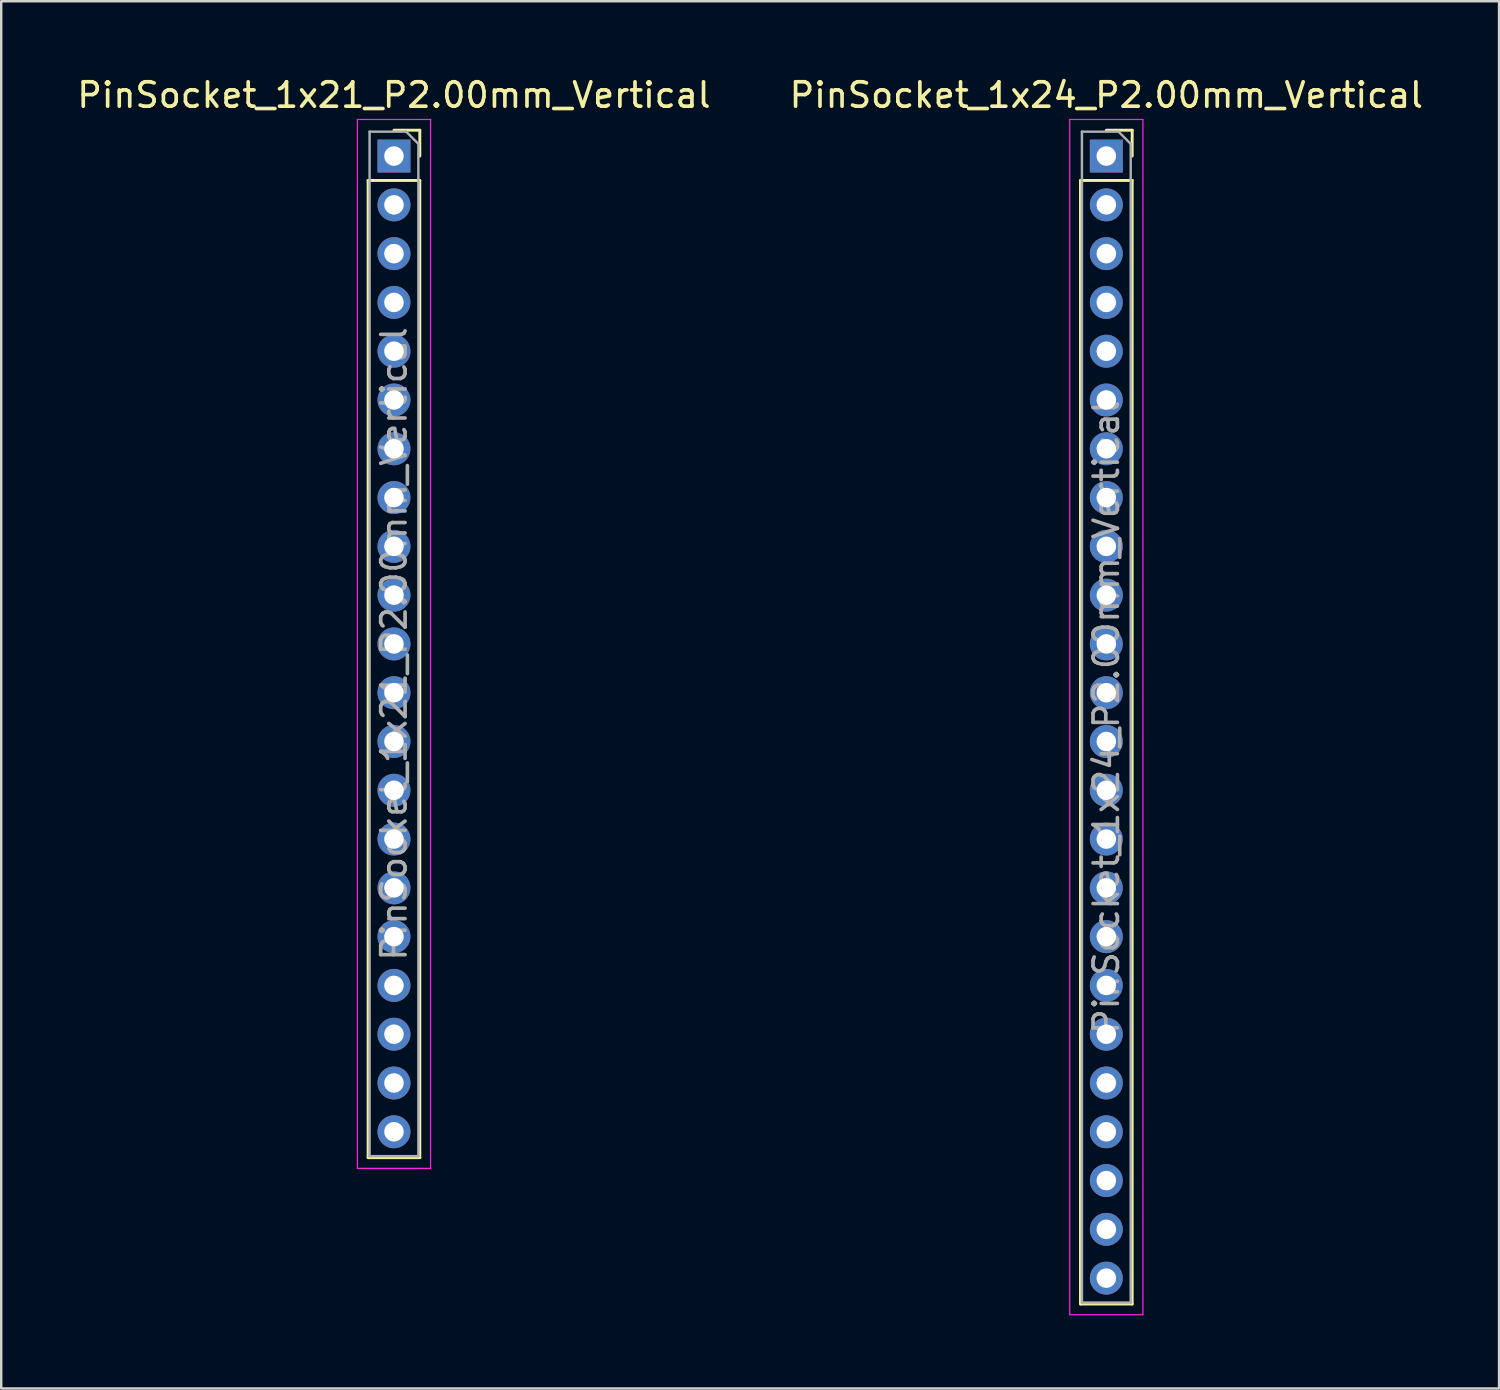
<source format=kicad_pcb>
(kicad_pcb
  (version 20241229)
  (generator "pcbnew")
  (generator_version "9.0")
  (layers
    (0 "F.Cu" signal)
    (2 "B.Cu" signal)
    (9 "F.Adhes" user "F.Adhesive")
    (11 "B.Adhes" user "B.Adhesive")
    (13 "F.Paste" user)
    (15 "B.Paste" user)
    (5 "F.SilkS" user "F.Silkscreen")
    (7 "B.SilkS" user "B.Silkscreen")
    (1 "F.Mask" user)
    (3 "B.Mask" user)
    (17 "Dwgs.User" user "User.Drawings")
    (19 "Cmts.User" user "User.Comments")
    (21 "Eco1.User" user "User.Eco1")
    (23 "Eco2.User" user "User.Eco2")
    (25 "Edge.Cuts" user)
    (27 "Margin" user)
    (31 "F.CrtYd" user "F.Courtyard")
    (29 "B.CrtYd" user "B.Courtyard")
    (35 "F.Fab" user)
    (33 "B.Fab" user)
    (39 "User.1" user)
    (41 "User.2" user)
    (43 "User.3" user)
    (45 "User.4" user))
  (footprint "PinSocket_1x21_P2.00mm_Vertical"
    (layer "F.Cu")
    (at 13.101 3.348)
    (property "Reference" "PinSocket_1x21_P2.00mm_Vertical" (at 0 -2.5 0) (layer "F.SilkS") (effects (font (size 1 1) (thickness 0.15))))
    (attr through_hole)
    (fp_line (start -1.06 1) (end -1.06 41.06) (stroke (width 0.12) (type solid)) (layer "F.SilkS"))
    (fp_line (start -1.06 1) (end 1.06 1) (stroke (width 0.12) (type solid)) (layer "F.SilkS"))
    (fp_line (start -1.06 41.06) (end 1.06 41.06) (stroke (width 0.12) (type solid)) (layer "F.SilkS"))
    (fp_line (start 0 -1.06) (end 1.06 -1.06) (stroke (width 0.12) (type solid)) (layer "F.SilkS"))
    (fp_line (start 1.06 -1.06) (end 1.06 0) (stroke (width 0.12) (type solid)) (layer "F.SilkS"))
    (fp_line (start 1.06 1) (end 1.06 41.06) (stroke (width 0.12) (type solid)) (layer "F.SilkS"))
    (fp_line (start -1.5 -1.5) (end 1.5 -1.5) (stroke (width 0.05) (type solid)) (layer "F.CrtYd"))
    (fp_line (start -1.5 41.5) (end -1.5 -1.5) (stroke (width 0.05) (type solid)) (layer "F.CrtYd"))
    (fp_line (start 1.5 -1.5) (end 1.5 41.5) (stroke (width 0.05) (type solid)) (layer "F.CrtYd"))
    (fp_line (start 1.5 41.5) (end -1.5 41.5) (stroke (width 0.05) (type solid)) (layer "F.CrtYd"))
    (fp_line (start -1 -1) (end 0.5 -1) (stroke (width 0.1) (type solid)) (layer "F.Fab"))
    (fp_line (start -1 41) (end -1 -1) (stroke (width 0.1) (type solid)) (layer "F.Fab"))
    (fp_line (start 0.5 -1) (end 1 -0.5) (stroke (width 0.1) (type solid)) (layer "F.Fab"))
    (fp_line (start 1 -0.5) (end 1 41) (stroke (width 0.1) (type solid)) (layer "F.Fab"))
    (fp_line (start 1 41) (end -1 41) (stroke (width 0.1) (type solid)) (layer "F.Fab"))
    (fp_text user "${REFERENCE}" (at 0 20 90) (layer "F.Fab") (effects (font (size 1 1) (thickness 0.15))))
    (pad "1" thru_hole rect (at 0 0) (size 1.35 1.35) (drill 0.8) (layers "*.Cu" "*.Mask"))
    (pad "2" thru_hole oval (at 0 2) (size 1.35 1.35) (drill 0.8) (layers "*.Cu" "*.Mask"))
    (pad "3" thru_hole oval (at 0 4) (size 1.35 1.35) (drill 0.8) (layers "*.Cu" "*.Mask"))
    (pad "4" thru_hole oval (at 0 6) (size 1.35 1.35) (drill 0.8) (layers "*.Cu" "*.Mask"))
    (pad "5" thru_hole oval (at 0 8) (size 1.35 1.35) (drill 0.8) (layers "*.Cu" "*.Mask"))
    (pad "6" thru_hole oval (at 0 10) (size 1.35 1.35) (drill 0.8) (layers "*.Cu" "*.Mask"))
    (pad "7" thru_hole oval (at 0 12) (size 1.35 1.35) (drill 0.8) (layers "*.Cu" "*.Mask"))
    (pad "8" thru_hole oval (at 0 14) (size 1.35 1.35) (drill 0.8) (layers "*.Cu" "*.Mask"))
    (pad "9" thru_hole oval (at 0 16) (size 1.35 1.35) (drill 0.8) (layers "*.Cu" "*.Mask"))
    (pad "10" thru_hole oval (at 0 18) (size 1.35 1.35) (drill 0.8) (layers "*.Cu" "*.Mask"))
    (pad "11" thru_hole oval (at 0 20) (size 1.35 1.35) (drill 0.8) (layers "*.Cu" "*.Mask"))
    (pad "12" thru_hole oval (at 0 22) (size 1.35 1.35) (drill 0.8) (layers "*.Cu" "*.Mask"))
    (pad "13" thru_hole oval (at 0 24) (size 1.35 1.35) (drill 0.8) (layers "*.Cu" "*.Mask"))
    (pad "14" thru_hole oval (at 0 26) (size 1.35 1.35) (drill 0.8) (layers "*.Cu" "*.Mask"))
    (pad "15" thru_hole oval (at 0 28) (size 1.35 1.35) (drill 0.8) (layers "*.Cu" "*.Mask"))
    (pad "16" thru_hole oval (at 0 30) (size 1.35 1.35) (drill 0.8) (layers "*.Cu" "*.Mask"))
    (pad "17" thru_hole oval (at 0 32) (size 1.35 1.35) (drill 0.8) (layers "*.Cu" "*.Mask"))
    (pad "18" thru_hole oval (at 0 34) (size 1.35 1.35) (drill 0.8) (layers "*.Cu" "*.Mask"))
    (pad "19" thru_hole oval (at 0 36) (size 1.35 1.35) (drill 0.8) (layers "*.Cu" "*.Mask"))
    (pad "20" thru_hole oval (at 0 38) (size 1.35 1.35) (drill 0.8) (layers "*.Cu" "*.Mask"))
    (pad "21" thru_hole oval (at 0 40) (size 1.35 1.35) (drill 0.8) (layers "*.Cu" "*.Mask")))
  (footprint "PinSocket_1x24_P2.00mm_Vertical"
    (layer "F.Cu")
    (at 42.304 3.348)
    (property "Reference" "PinSocket_1x24_P2.00mm_Vertical" (at 0 -2.5 0) (layer "F.SilkS") (effects (font (size 1 1) (thickness 0.15))))
    (attr through_hole)
    (fp_line (start -1.06 1) (end -1.06 47.06) (stroke (width 0.12) (type solid)) (layer "F.SilkS"))
    (fp_line (start -1.06 1) (end 1.06 1) (stroke (width 0.12) (type solid)) (layer "F.SilkS"))
    (fp_line (start -1.06 47.06) (end 1.06 47.06) (stroke (width 0.12) (type solid)) (layer "F.SilkS"))
    (fp_line (start 0 -1.06) (end 1.06 -1.06) (stroke (width 0.12) (type solid)) (layer "F.SilkS"))
    (fp_line (start 1.06 -1.06) (end 1.06 0) (stroke (width 0.12) (type solid)) (layer "F.SilkS"))
    (fp_line (start 1.06 1) (end 1.06 47.06) (stroke (width 0.12) (type solid)) (layer "F.SilkS"))
    (fp_line (start -1.5 -1.5) (end 1.5 -1.5) (stroke (width 0.05) (type solid)) (layer "F.CrtYd"))
    (fp_line (start -1.5 47.5) (end -1.5 -1.5) (stroke (width 0.05) (type solid)) (layer "F.CrtYd"))
    (fp_line (start 1.5 -1.5) (end 1.5 47.5) (stroke (width 0.05) (type solid)) (layer "F.CrtYd"))
    (fp_line (start 1.5 47.5) (end -1.5 47.5) (stroke (width 0.05) (type solid)) (layer "F.CrtYd"))
    (fp_line (start -1 -1) (end 0.5 -1) (stroke (width 0.1) (type solid)) (layer "F.Fab"))
    (fp_line (start -1 47) (end -1 -1) (stroke (width 0.1) (type solid)) (layer "F.Fab"))
    (fp_line (start 0.5 -1) (end 1 -0.5) (stroke (width 0.1) (type solid)) (layer "F.Fab"))
    (fp_line (start 1 -0.5) (end 1 47) (stroke (width 0.1) (type solid)) (layer "F.Fab"))
    (fp_line (start 1 47) (end -1 47) (stroke (width 0.1) (type solid)) (layer "F.Fab"))
    (fp_text user "${REFERENCE}" (at 0 23 90) (layer "F.Fab") (effects (font (size 1 1) (thickness 0.15))))
    (pad "1" thru_hole rect (at 0 0) (size 1.35 1.35) (drill 0.8) (layers "*.Cu" "*.Mask"))
    (pad "2" thru_hole oval (at 0 2) (size 1.35 1.35) (drill 0.8) (layers "*.Cu" "*.Mask"))
    (pad "3" thru_hole oval (at 0 4) (size 1.35 1.35) (drill 0.8) (layers "*.Cu" "*.Mask"))
    (pad "4" thru_hole oval (at 0 6) (size 1.35 1.35) (drill 0.8) (layers "*.Cu" "*.Mask"))
    (pad "5" thru_hole oval (at 0 8) (size 1.35 1.35) (drill 0.8) (layers "*.Cu" "*.Mask"))
    (pad "6" thru_hole oval (at 0 10) (size 1.35 1.35) (drill 0.8) (layers "*.Cu" "*.Mask"))
    (pad "7" thru_hole oval (at 0 12) (size 1.35 1.35) (drill 0.8) (layers "*.Cu" "*.Mask"))
    (pad "8" thru_hole oval (at 0 14) (size 1.35 1.35) (drill 0.8) (layers "*.Cu" "*.Mask"))
    (pad "9" thru_hole oval (at 0 16) (size 1.35 1.35) (drill 0.8) (layers "*.Cu" "*.Mask"))
    (pad "10" thru_hole oval (at 0 18) (size 1.35 1.35) (drill 0.8) (layers "*.Cu" "*.Mask"))
    (pad "11" thru_hole oval (at 0 20) (size 1.35 1.35) (drill 0.8) (layers "*.Cu" "*.Mask"))
    (pad "12" thru_hole oval (at 0 22) (size 1.35 1.35) (drill 0.8) (layers "*.Cu" "*.Mask"))
    (pad "13" thru_hole oval (at 0 24) (size 1.35 1.35) (drill 0.8) (layers "*.Cu" "*.Mask"))
    (pad "14" thru_hole oval (at 0 26) (size 1.35 1.35) (drill 0.8) (layers "*.Cu" "*.Mask"))
    (pad "15" thru_hole oval (at 0 28) (size 1.35 1.35) (drill 0.8) (layers "*.Cu" "*.Mask"))
    (pad "16" thru_hole oval (at 0 30) (size 1.35 1.35) (drill 0.8) (layers "*.Cu" "*.Mask"))
    (pad "17" thru_hole oval (at 0 32) (size 1.35 1.35) (drill 0.8) (layers "*.Cu" "*.Mask"))
    (pad "18" thru_hole oval (at 0 34) (size 1.35 1.35) (drill 0.8) (layers "*.Cu" "*.Mask"))
    (pad "19" thru_hole oval (at 0 36) (size 1.35 1.35) (drill 0.8) (layers "*.Cu" "*.Mask"))
    (pad "20" thru_hole oval (at 0 38) (size 1.35 1.35) (drill 0.8) (layers "*.Cu" "*.Mask"))
    (pad "21" thru_hole oval (at 0 40) (size 1.35 1.35) (drill 0.8) (layers "*.Cu" "*.Mask"))
    (pad "22" thru_hole oval (at 0 42) (size 1.35 1.35) (drill 0.8) (layers "*.Cu" "*.Mask"))
    (pad "23" thru_hole oval (at 0 44) (size 1.35 1.35) (drill 0.8) (layers "*.Cu" "*.Mask"))
    (pad "24" thru_hole oval (at 0 46) (size 1.35 1.35) (drill 0.8) (layers "*.Cu" "*.Mask")))
  (gr_rect
    (start -3 -3)
    (end 58.405 53.873)
    (stroke (width 0.1) (type default))
    (fill no)
    (layer "Edge.Cuts")))
</source>
